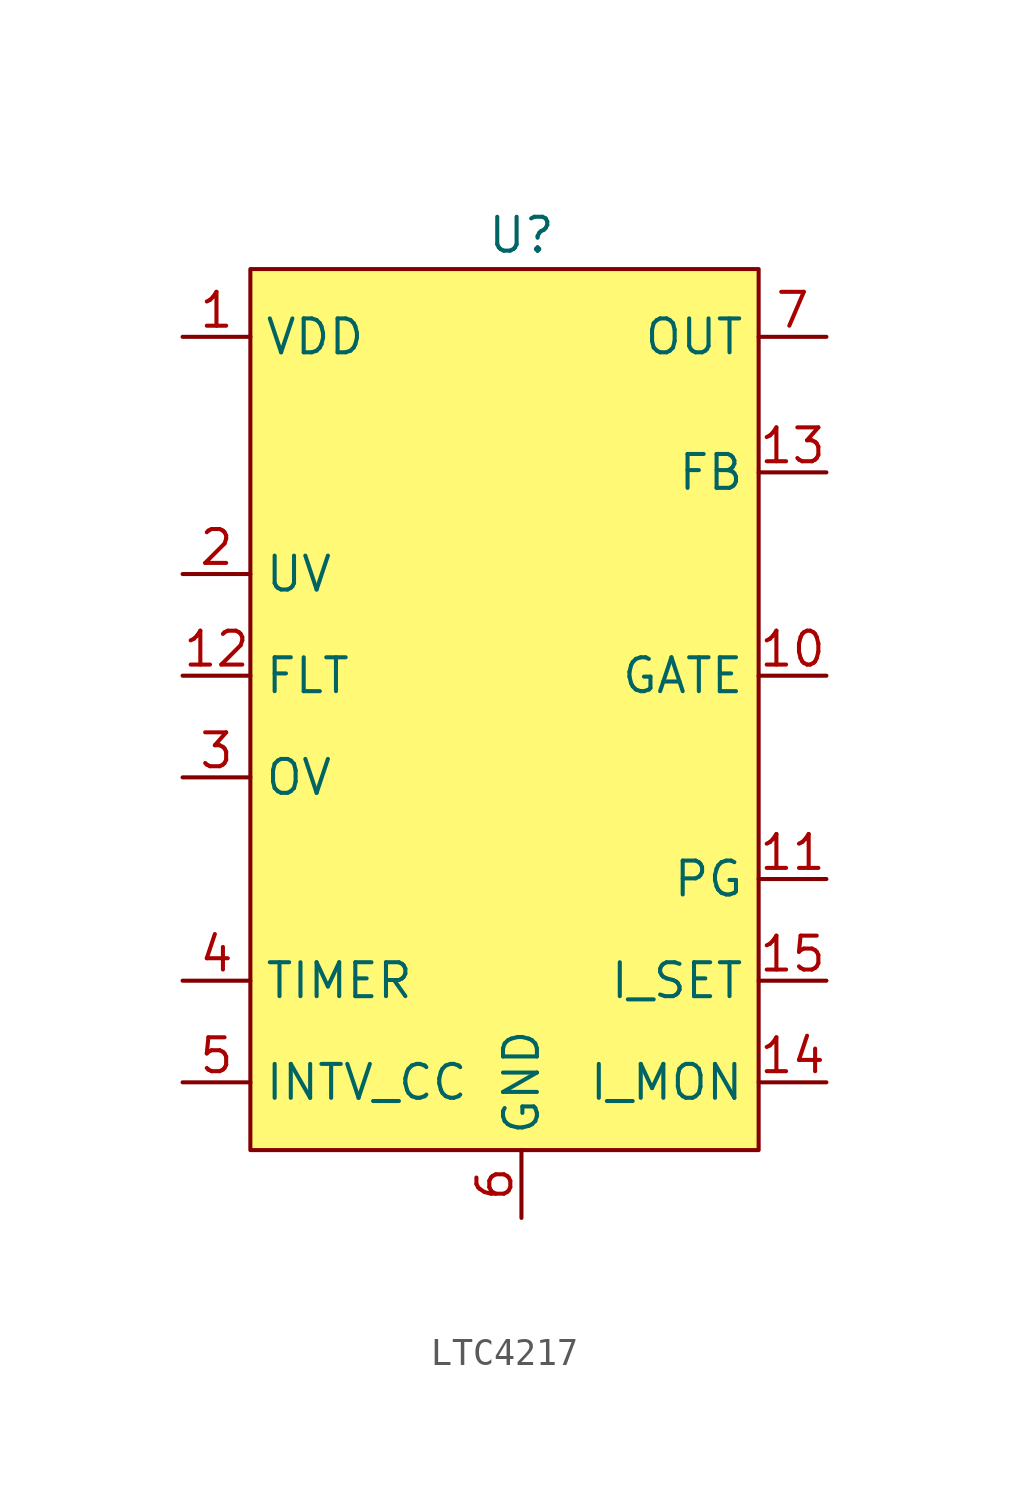
<source format=kicad_sym>
(kicad_symbol_lib
  (version 20241209)
  (generator "kicad_symbol_editor")
  (generator_version "9.0")
  (symbol "LTC4217"
    (property "Reference" "U"
      (at 0 0 0)
      (effects (font (size 1.27 1.27))))
    (property "Value" ""
      (at 0 0 0)
      (effects (font (size 1.27 1.27))))
    (symbol "LTC4217_1_1"
      (rectangle (start -10.16 -1.27) (end 8.89 -34.29) (stroke (width 0) (type solid)) (fill (type color) (color 255 249 118 1)))
      (pin power_in line (at -12.7 -3.81 0) (length 2.54) (name "VDD" (effects (font (size 1.27 1.27)))) (number "1" (effects (font (size 1.27 1.27)))))
      (pin power_in line (at -12.7 -3.81 0) (length 2.54) (hide yes) (name "VDD" (effects (font (size 1.27 1.27)))) (number "16" (effects (font (size 1.27 1.27)))))
      (pin input line (at -12.7 -12.7 0) (length 2.54) (name "UV" (effects (font (size 1.27 1.27)))) (number "2" (effects (font (size 1.27 1.27)))))
      (pin output line (at -12.7 -16.51 0) (length 2.54) (name "FLT" (effects (font (size 1.27 1.27)))) (number "12" (effects (font (size 1.27 1.27)))))
      (pin input line (at -12.7 -20.32 0) (length 2.54) (name "OV" (effects (font (size 1.27 1.27)))) (number "3" (effects (font (size 1.27 1.27)))))
      (pin passive line (at -12.7 -27.94 0) (length 2.54) (name "TIMER" (effects (font (size 1.27 1.27)))) (number "4" (effects (font (size 1.27 1.27)))))
      (pin output line (at -12.7 -31.75 0) (length 2.54) (name "INTV_CC" (effects (font (size 1.27 1.27)))) (number "5" (effects (font (size 1.27 1.27)))))
      (pin power_in line (at 0 -36.83 90) (length 2.54) (hide yes) (name "GND" (effects (font (size 1.27 1.27)))) (number "17" (effects (font (size 1.27 1.27)))))
      (pin power_in line (at 0 -36.83 90) (length 2.54) (name "GND" (effects (font (size 1.27 1.27)))) (number "6" (effects (font (size 1.27 1.27)))))
      (pin power_out line (at 11.43 -3.81 180) (length 2.54) (name "OUT" (effects (font (size 1.27 1.27)))) (number "7" (effects (font (size 1.27 1.27)))))
      (pin power_out line (at 11.43 -3.81 180) (length 2.54) (hide yes) (name "OUT" (effects (font (size 1.27 1.27)))) (number "8" (effects (font (size 1.27 1.27)))))
      (pin power_out line (at 11.43 -3.81 180) (length 2.54) (hide yes) (name "OUT" (effects (font (size 1.27 1.27)))) (number "9" (effects (font (size 1.27 1.27)))))
      (pin input line (at 11.43 -8.89 180) (length 2.54) (name "FB" (effects (font (size 1.27 1.27)))) (number "13" (effects (font (size 1.27 1.27)))))
      (pin output line (at 11.43 -16.51 180) (length 2.54) (name "GATE" (effects (font (size 1.27 1.27)))) (number "10" (effects (font (size 1.27 1.27)))))
      (pin output line (at 11.43 -24.13 180) (length 2.54) (name "PG" (effects (font (size 1.27 1.27)))) (number "11" (effects (font (size 1.27 1.27)))))
      (pin passive line (at 11.43 -27.94 180) (length 2.54) (name "I_SET" (effects (font (size 1.27 1.27)))) (number "15" (effects (font (size 1.27 1.27)))))
      (pin output line (at 11.43 -31.75 180) (length 2.54) (name "I_MON" (effects (font (size 1.27 1.27)))) (number "14" (effects (font (size 1.27 1.27))))))))
</source>
